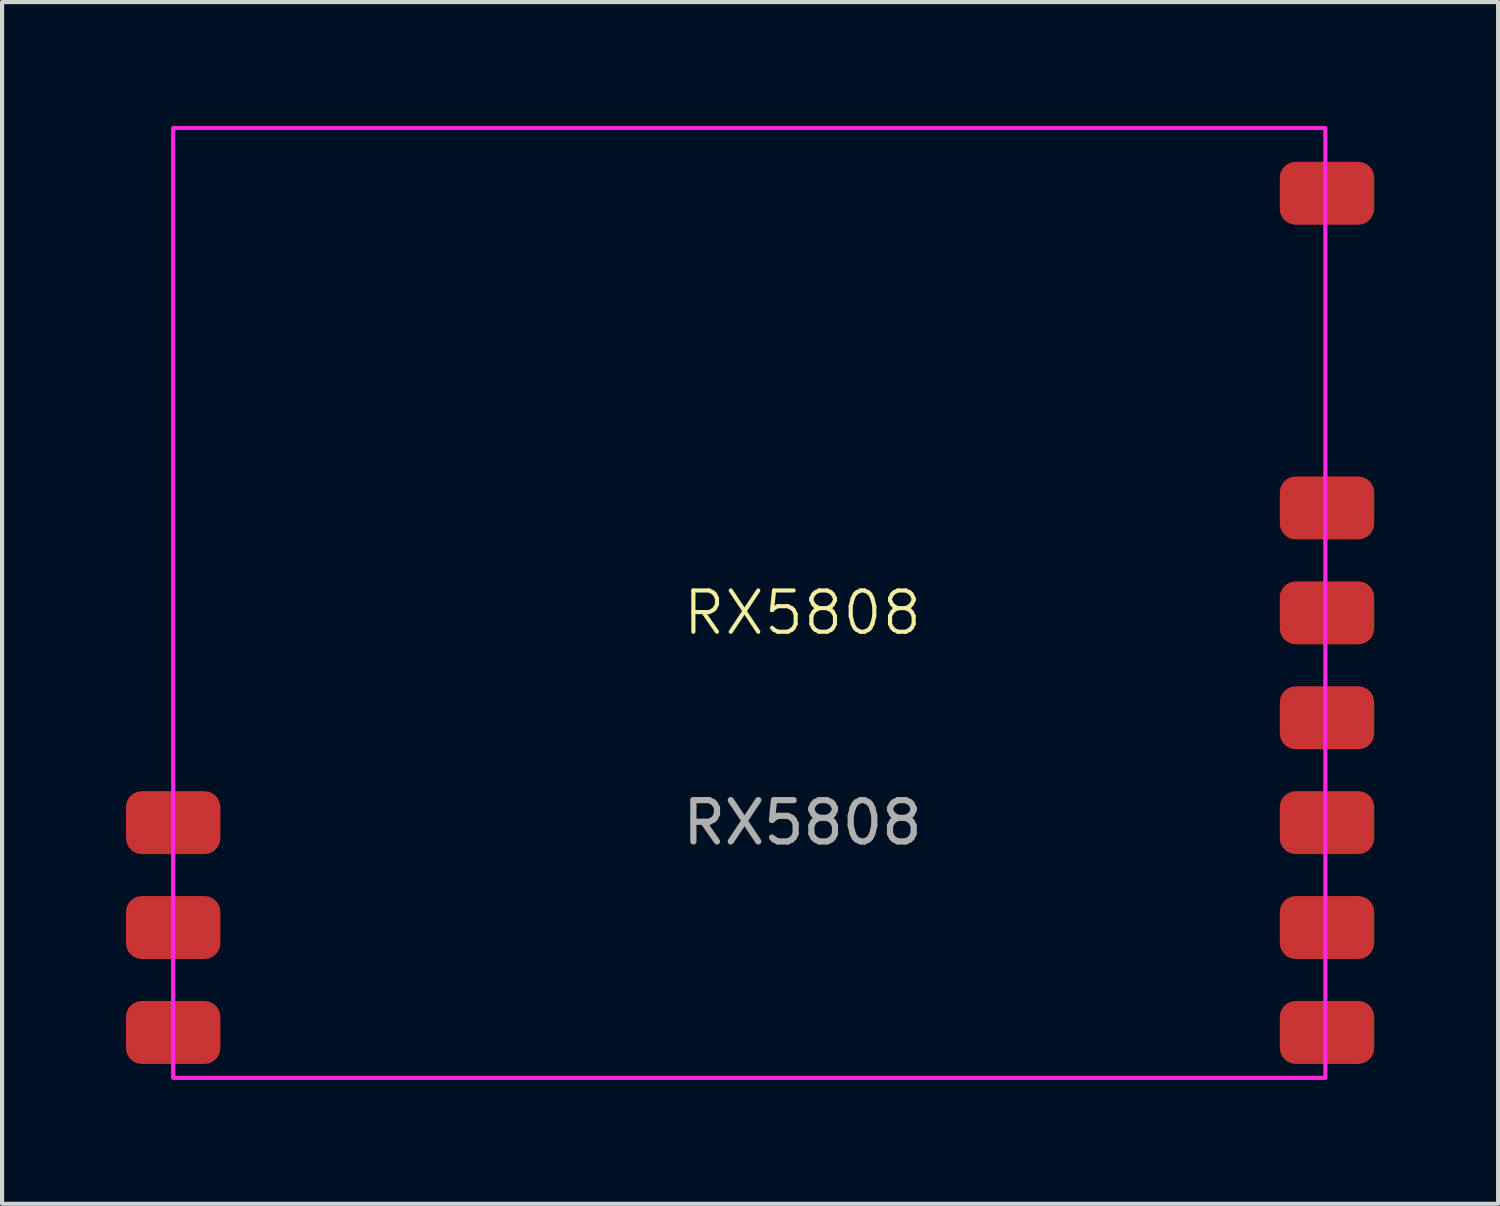
<source format=kicad_pcb>
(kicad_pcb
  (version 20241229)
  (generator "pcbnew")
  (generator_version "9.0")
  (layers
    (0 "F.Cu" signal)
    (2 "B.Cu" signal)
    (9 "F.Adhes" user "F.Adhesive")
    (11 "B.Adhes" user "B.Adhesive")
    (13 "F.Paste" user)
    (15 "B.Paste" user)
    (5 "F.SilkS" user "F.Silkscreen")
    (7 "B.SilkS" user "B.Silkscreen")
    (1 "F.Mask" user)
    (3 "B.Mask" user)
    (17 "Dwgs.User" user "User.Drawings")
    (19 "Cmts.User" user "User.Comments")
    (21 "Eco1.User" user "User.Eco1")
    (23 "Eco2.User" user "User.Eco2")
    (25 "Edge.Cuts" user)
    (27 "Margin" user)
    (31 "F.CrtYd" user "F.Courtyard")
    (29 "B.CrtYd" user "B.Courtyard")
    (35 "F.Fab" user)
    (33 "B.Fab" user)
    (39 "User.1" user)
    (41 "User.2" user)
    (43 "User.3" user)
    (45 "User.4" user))
  (footprint "RX5808"
    (layer "F.Cu")
    (at 16.383 14.33)
    (property "Reference" "RX5808" (at 0 -2.54 0) (unlocked yes) (layer "F.SilkS") (effects (font (size 1 1) (thickness 0.1))))
    (attr smd)
    (fp_rect (start -15.24 -14.28) (end 12.66 8.72) (stroke (width 0.1) (type default)) (fill no) (layer "F.CrtYd"))
    (fp_text user "${REFERENCE}" (at 0 2.54 0) (unlocked yes) (layer "F.Fab") (effects (font (size 1 1) (thickness 0.15))))
    (pad "1" smd roundrect (at 12.7 -12.7) (size 2.286 1.524) (layers "F.Cu" "F.Mask" "F.Paste") (roundrect_rratio 0.25))
    (pad "4" smd roundrect (at 12.7 -5.08) (size 2.286 1.524) (layers "F.Cu" "F.Mask" "F.Paste") (roundrect_rratio 0.25))
    (pad "5" smd roundrect (at 12.7 -2.54) (size 2.286 1.524) (layers "F.Cu" "F.Mask" "F.Paste") (roundrect_rratio 0.25))
    (pad "6" smd roundrect (at 12.7 0) (size 2.286 1.524) (layers "F.Cu" "F.Mask" "F.Paste") (roundrect_rratio 0.25))
    (pad "7" smd roundrect (at 12.7 2.54) (size 2.286 1.524) (layers "F.Cu" "F.Mask" "F.Paste") (roundrect_rratio 0.25))
    (pad "8" smd roundrect (at 12.7 5.08) (size 2.286 1.524) (layers "F.Cu" "F.Mask" "F.Paste") (roundrect_rratio 0.25))
    (pad "9" smd roundrect (at 12.7 7.62) (size 2.286 1.524) (layers "F.Cu" "F.Mask" "F.Paste") (roundrect_rratio 0.25))
    (pad "10" smd roundrect (at -15.24 7.62) (size 2.286 1.524) (layers "F.Cu" "F.Mask" "F.Paste") (roundrect_rratio 0.25))
    (pad "11" smd roundrect (at -15.24 5.08) (size 2.286 1.524) (layers "F.Cu" "F.Mask" "F.Paste") (roundrect_rratio 0.25))
    (pad "12" smd roundrect (at -15.24 2.54) (size 2.286 1.524) (layers "F.Cu" "F.Mask" "F.Paste") (roundrect_rratio 0.25)))
  (gr_rect
    (start -3 -3)
    (end 33.226 26.1)
    (stroke (width 0.1) (type default))
    (fill no)
    (layer "Edge.Cuts")))
</source>
